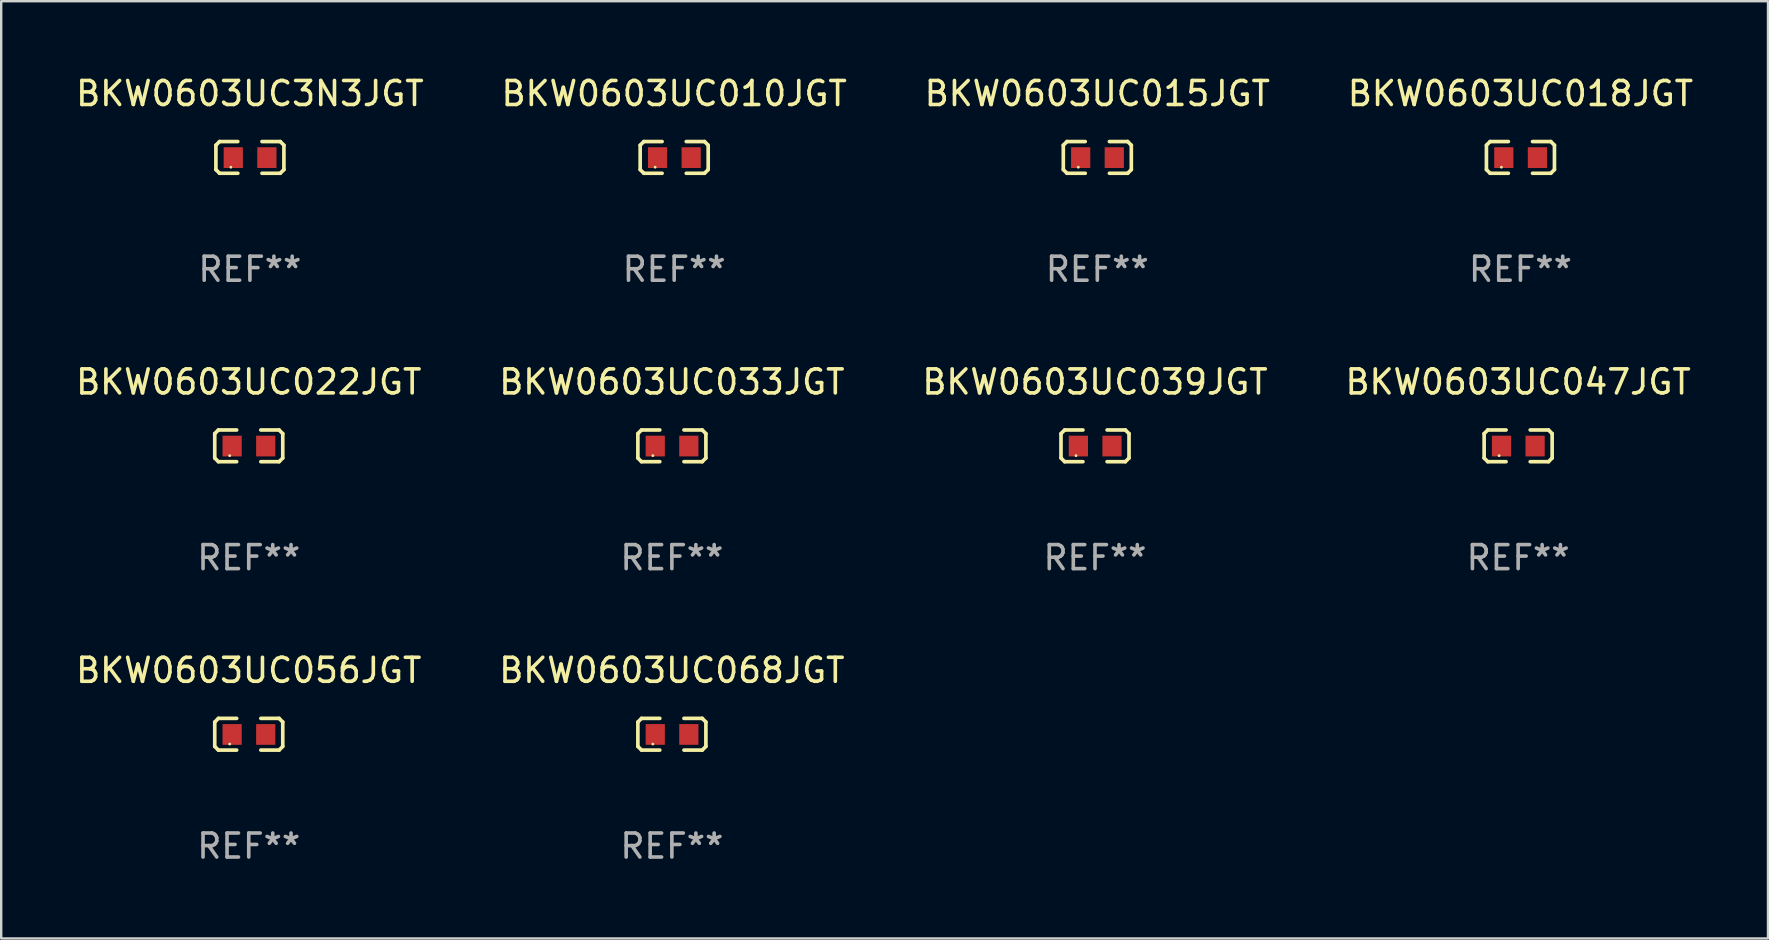
<source format=kicad_pcb>
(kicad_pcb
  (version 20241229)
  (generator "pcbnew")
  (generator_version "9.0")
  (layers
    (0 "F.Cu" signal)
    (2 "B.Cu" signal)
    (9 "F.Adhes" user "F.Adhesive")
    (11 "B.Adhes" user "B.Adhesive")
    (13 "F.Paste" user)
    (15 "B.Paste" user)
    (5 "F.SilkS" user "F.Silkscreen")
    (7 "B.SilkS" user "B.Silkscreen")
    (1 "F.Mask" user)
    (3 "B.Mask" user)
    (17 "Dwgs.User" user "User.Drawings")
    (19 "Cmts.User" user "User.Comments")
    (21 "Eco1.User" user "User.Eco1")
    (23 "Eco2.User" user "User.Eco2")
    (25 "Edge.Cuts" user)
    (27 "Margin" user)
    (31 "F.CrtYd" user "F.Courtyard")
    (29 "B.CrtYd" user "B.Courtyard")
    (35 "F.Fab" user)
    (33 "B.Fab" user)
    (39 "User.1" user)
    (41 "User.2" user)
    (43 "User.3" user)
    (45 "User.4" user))
  (footprint "BKW0603UC010JGT"
    (layer "F.Cu")
    (at 25.042 3.509)
    (property "Reference" "BKW0603UC010JGT" (at 0 -2.661 0) (layer "F.SilkS") (effects (font (size 1 1) (thickness 0.15))))
    (attr through_hole)
    (fp_line (start -1.417 -0.508) (end -1.265 -0.661) (stroke (width 0.152) (type solid)) (layer "F.SilkS"))
    (fp_line (start -1.417 0.508) (end -1.417 -0.508) (stroke (width 0.152) (type solid)) (layer "F.SilkS"))
    (fp_line (start -1.265 -0.661) (end -0.503 -0.661) (stroke (width 0.152) (type solid)) (layer "F.SilkS"))
    (fp_line (start -1.265 0.661) (end -1.417 0.508) (stroke (width 0.152) (type solid)) (layer "F.SilkS"))
    (fp_line (start -1.265 0.661) (end -0.503 0.661) (stroke (width 0.152) (type solid)) (layer "F.SilkS"))
    (fp_line (start 1.265 -0.661) (end 0.503 -0.661) (stroke (width 0.152) (type solid)) (layer "F.SilkS"))
    (fp_line (start 1.265 -0.661) (end 1.417 -0.508) (stroke (width 0.152) (type solid)) (layer "F.SilkS"))
    (fp_line (start 1.265 0.661) (end 0.503 0.661) (stroke (width 0.152) (type solid)) (layer "F.SilkS"))
    (fp_line (start 1.417 -0.508) (end 1.417 0.508) (stroke (width 0.152) (type solid)) (layer "F.SilkS"))
    (fp_line (start 1.417 0.508) (end 1.265 0.661) (stroke (width 0.152) (type solid)) (layer "F.SilkS"))
    (fp_circle (center -0.793 0.409) (end -0.763 0.409) (stroke (width 0.06) (type solid)) (fill no) (layer "F.SilkS"))
    (fp_text user "REF**" (at 0 4.661 0) (layer "F.Fab") (effects (font (size 1 1) (thickness 0.15))))
    (pad "1" smd rect (at -0.693 0.009 180) (size 0.8 0.864) (layers "F.Cu" "F.Mask" "F.Paste"))
    (pad "2" smd rect (at 0.707 0.009 180) (size 0.8 0.864) (layers "F.Cu" "F.Mask" "F.Paste")))
  (footprint "BKW0603UC039JGT"
    (layer "F.Cu")
    (at 42.577 15.527)
    (property "Reference" "BKW0603UC039JGT" (at 0 -2.661 0) (layer "F.SilkS") (effects (font (size 1 1) (thickness 0.15))))
    (attr through_hole)
    (fp_line (start -1.417 -0.508) (end -1.265 -0.661) (stroke (width 0.152) (type solid)) (layer "F.SilkS"))
    (fp_line (start -1.417 0.508) (end -1.417 -0.508) (stroke (width 0.152) (type solid)) (layer "F.SilkS"))
    (fp_line (start -1.265 -0.661) (end -0.503 -0.661) (stroke (width 0.152) (type solid)) (layer "F.SilkS"))
    (fp_line (start -1.265 0.661) (end -1.417 0.508) (stroke (width 0.152) (type solid)) (layer "F.SilkS"))
    (fp_line (start -1.265 0.661) (end -0.503 0.661) (stroke (width 0.152) (type solid)) (layer "F.SilkS"))
    (fp_line (start 1.265 -0.661) (end 0.503 -0.661) (stroke (width 0.152) (type solid)) (layer "F.SilkS"))
    (fp_line (start 1.265 -0.661) (end 1.417 -0.508) (stroke (width 0.152) (type solid)) (layer "F.SilkS"))
    (fp_line (start 1.265 0.661) (end 0.503 0.661) (stroke (width 0.152) (type solid)) (layer "F.SilkS"))
    (fp_line (start 1.417 -0.508) (end 1.417 0.508) (stroke (width 0.152) (type solid)) (layer "F.SilkS"))
    (fp_line (start 1.417 0.508) (end 1.265 0.661) (stroke (width 0.152) (type solid)) (layer "F.SilkS"))
    (fp_circle (center -0.793 0.409) (end -0.763 0.409) (stroke (width 0.06) (type solid)) (fill no) (layer "F.SilkS"))
    (fp_text user "REF**" (at 0 4.661 0) (layer "F.Fab") (effects (font (size 1 1) (thickness 0.15))))
    (pad "1" smd rect (at -0.693 0.009 180) (size 0.8 0.864) (layers "F.Cu" "F.Mask" "F.Paste"))
    (pad "2" smd rect (at 0.707 0.009 180) (size 0.8 0.864) (layers "F.Cu" "F.Mask" "F.Paste")))
  (footprint "BKW0603UC018JGT"
    (layer "F.Cu")
    (at 60.304 3.509)
    (property "Reference" "BKW0603UC018JGT" (at 0 -2.661 0) (layer "F.SilkS") (effects (font (size 1 1) (thickness 0.15))))
    (attr through_hole)
    (fp_line (start -1.417 -0.508) (end -1.265 -0.661) (stroke (width 0.152) (type solid)) (layer "F.SilkS"))
    (fp_line (start -1.417 0.508) (end -1.417 -0.508) (stroke (width 0.152) (type solid)) (layer "F.SilkS"))
    (fp_line (start -1.265 -0.661) (end -0.503 -0.661) (stroke (width 0.152) (type solid)) (layer "F.SilkS"))
    (fp_line (start -1.265 0.661) (end -1.417 0.508) (stroke (width 0.152) (type solid)) (layer "F.SilkS"))
    (fp_line (start -1.265 0.661) (end -0.503 0.661) (stroke (width 0.152) (type solid)) (layer "F.SilkS"))
    (fp_line (start 1.265 -0.661) (end 0.503 -0.661) (stroke (width 0.152) (type solid)) (layer "F.SilkS"))
    (fp_line (start 1.265 -0.661) (end 1.417 -0.508) (stroke (width 0.152) (type solid)) (layer "F.SilkS"))
    (fp_line (start 1.265 0.661) (end 0.503 0.661) (stroke (width 0.152) (type solid)) (layer "F.SilkS"))
    (fp_line (start 1.417 -0.508) (end 1.417 0.508) (stroke (width 0.152) (type solid)) (layer "F.SilkS"))
    (fp_line (start 1.417 0.508) (end 1.265 0.661) (stroke (width 0.152) (type solid)) (layer "F.SilkS"))
    (fp_circle (center -0.793 0.409) (end -0.763 0.409) (stroke (width 0.06) (type solid)) (fill no) (layer "F.SilkS"))
    (fp_text user "REF**" (at 0 4.661 0) (layer "F.Fab") (effects (font (size 1 1) (thickness 0.15))))
    (pad "1" smd rect (at -0.693 0.009 180) (size 0.8 0.864) (layers "F.Cu" "F.Mask" "F.Paste"))
    (pad "2" smd rect (at 0.707 0.009 180) (size 0.8 0.864) (layers "F.Cu" "F.Mask" "F.Paste")))
  (footprint "BKW0603UC068JGT"
    (layer "F.Cu")
    (at 24.946 27.544)
    (property "Reference" "BKW0603UC068JGT" (at 0 -2.661 0) (layer "F.SilkS") (effects (font (size 1 1) (thickness 0.15))))
    (attr through_hole)
    (fp_line (start -1.417 -0.508) (end -1.265 -0.661) (stroke (width 0.152) (type solid)) (layer "F.SilkS"))
    (fp_line (start -1.417 0.508) (end -1.417 -0.508) (stroke (width 0.152) (type solid)) (layer "F.SilkS"))
    (fp_line (start -1.265 -0.661) (end -0.503 -0.661) (stroke (width 0.152) (type solid)) (layer "F.SilkS"))
    (fp_line (start -1.265 0.661) (end -1.417 0.508) (stroke (width 0.152) (type solid)) (layer "F.SilkS"))
    (fp_line (start -1.265 0.661) (end -0.503 0.661) (stroke (width 0.152) (type solid)) (layer "F.SilkS"))
    (fp_line (start 1.265 -0.661) (end 0.503 -0.661) (stroke (width 0.152) (type solid)) (layer "F.SilkS"))
    (fp_line (start 1.265 -0.661) (end 1.417 -0.508) (stroke (width 0.152) (type solid)) (layer "F.SilkS"))
    (fp_line (start 1.265 0.661) (end 0.503 0.661) (stroke (width 0.152) (type solid)) (layer "F.SilkS"))
    (fp_line (start 1.417 -0.508) (end 1.417 0.508) (stroke (width 0.152) (type solid)) (layer "F.SilkS"))
    (fp_line (start 1.417 0.508) (end 1.265 0.661) (stroke (width 0.152) (type solid)) (layer "F.SilkS"))
    (fp_circle (center -0.793 0.409) (end -0.763 0.409) (stroke (width 0.06) (type solid)) (fill no) (layer "F.SilkS"))
    (fp_text user "REF**" (at 0 4.661 0) (layer "F.Fab") (effects (font (size 1 1) (thickness 0.15))))
    (pad "1" smd rect (at -0.693 0.009 180) (size 0.8 0.864) (layers "F.Cu" "F.Mask" "F.Paste"))
    (pad "2" smd rect (at 0.707 0.009 180) (size 0.8 0.864) (layers "F.Cu" "F.Mask" "F.Paste")))
  (footprint "BKW0603UC056JGT"
    (layer "F.Cu")
    (at 7.315 27.544)
    (property "Reference" "BKW0603UC056JGT" (at 0 -2.661 0) (layer "F.SilkS") (effects (font (size 1 1) (thickness 0.15))))
    (attr through_hole)
    (fp_line (start -1.417 -0.508) (end -1.265 -0.661) (stroke (width 0.152) (type solid)) (layer "F.SilkS"))
    (fp_line (start -1.417 0.508) (end -1.417 -0.508) (stroke (width 0.152) (type solid)) (layer "F.SilkS"))
    (fp_line (start -1.265 -0.661) (end -0.503 -0.661) (stroke (width 0.152) (type solid)) (layer "F.SilkS"))
    (fp_line (start -1.265 0.661) (end -1.417 0.508) (stroke (width 0.152) (type solid)) (layer "F.SilkS"))
    (fp_line (start -1.265 0.661) (end -0.503 0.661) (stroke (width 0.152) (type solid)) (layer "F.SilkS"))
    (fp_line (start 1.265 -0.661) (end 0.503 -0.661) (stroke (width 0.152) (type solid)) (layer "F.SilkS"))
    (fp_line (start 1.265 -0.661) (end 1.417 -0.508) (stroke (width 0.152) (type solid)) (layer "F.SilkS"))
    (fp_line (start 1.265 0.661) (end 0.503 0.661) (stroke (width 0.152) (type solid)) (layer "F.SilkS"))
    (fp_line (start 1.417 -0.508) (end 1.417 0.508) (stroke (width 0.152) (type solid)) (layer "F.SilkS"))
    (fp_line (start 1.417 0.508) (end 1.265 0.661) (stroke (width 0.152) (type solid)) (layer "F.SilkS"))
    (fp_circle (center -0.793 0.409) (end -0.763 0.409) (stroke (width 0.06) (type solid)) (fill no) (layer "F.SilkS"))
    (fp_text user "REF**" (at 0 4.661 0) (layer "F.Fab") (effects (font (size 1 1) (thickness 0.15))))
    (pad "1" smd rect (at -0.693 0.009 180) (size 0.8 0.864) (layers "F.Cu" "F.Mask" "F.Paste"))
    (pad "2" smd rect (at 0.707 0.009 180) (size 0.8 0.864) (layers "F.Cu" "F.Mask" "F.Paste")))
  (footprint "BKW0603UC015JGT"
    (layer "F.Cu")
    (at 42.673 3.509)
    (property "Reference" "BKW0603UC015JGT" (at 0 -2.661 0) (layer "F.SilkS") (effects (font (size 1 1) (thickness 0.15))))
    (attr through_hole)
    (fp_line (start -1.417 -0.508) (end -1.265 -0.661) (stroke (width 0.152) (type solid)) (layer "F.SilkS"))
    (fp_line (start -1.417 0.508) (end -1.417 -0.508) (stroke (width 0.152) (type solid)) (layer "F.SilkS"))
    (fp_line (start -1.265 -0.661) (end -0.503 -0.661) (stroke (width 0.152) (type solid)) (layer "F.SilkS"))
    (fp_line (start -1.265 0.661) (end -1.417 0.508) (stroke (width 0.152) (type solid)) (layer "F.SilkS"))
    (fp_line (start -1.265 0.661) (end -0.503 0.661) (stroke (width 0.152) (type solid)) (layer "F.SilkS"))
    (fp_line (start 1.265 -0.661) (end 0.503 -0.661) (stroke (width 0.152) (type solid)) (layer "F.SilkS"))
    (fp_line (start 1.265 -0.661) (end 1.417 -0.508) (stroke (width 0.152) (type solid)) (layer "F.SilkS"))
    (fp_line (start 1.265 0.661) (end 0.503 0.661) (stroke (width 0.152) (type solid)) (layer "F.SilkS"))
    (fp_line (start 1.417 -0.508) (end 1.417 0.508) (stroke (width 0.152) (type solid)) (layer "F.SilkS"))
    (fp_line (start 1.417 0.508) (end 1.265 0.661) (stroke (width 0.152) (type solid)) (layer "F.SilkS"))
    (fp_circle (center -0.793 0.409) (end -0.763 0.409) (stroke (width 0.06) (type solid)) (fill no) (layer "F.SilkS"))
    (fp_text user "REF**" (at 0 4.661 0) (layer "F.Fab") (effects (font (size 1 1) (thickness 0.15))))
    (pad "1" smd rect (at -0.693 0.009 180) (size 0.8 0.864) (layers "F.Cu" "F.Mask" "F.Paste"))
    (pad "2" smd rect (at 0.707 0.009 180) (size 0.8 0.864) (layers "F.Cu" "F.Mask" "F.Paste")))
  (footprint "BKW0603UC033JGT"
    (layer "F.Cu")
    (at 24.946 15.527)
    (property "Reference" "BKW0603UC033JGT" (at 0 -2.661 0) (layer "F.SilkS") (effects (font (size 1 1) (thickness 0.15))))
    (attr through_hole)
    (fp_line (start -1.417 -0.508) (end -1.265 -0.661) (stroke (width 0.152) (type solid)) (layer "F.SilkS"))
    (fp_line (start -1.417 0.508) (end -1.417 -0.508) (stroke (width 0.152) (type solid)) (layer "F.SilkS"))
    (fp_line (start -1.265 -0.661) (end -0.503 -0.661) (stroke (width 0.152) (type solid)) (layer "F.SilkS"))
    (fp_line (start -1.265 0.661) (end -1.417 0.508) (stroke (width 0.152) (type solid)) (layer "F.SilkS"))
    (fp_line (start -1.265 0.661) (end -0.503 0.661) (stroke (width 0.152) (type solid)) (layer "F.SilkS"))
    (fp_line (start 1.265 -0.661) (end 0.503 -0.661) (stroke (width 0.152) (type solid)) (layer "F.SilkS"))
    (fp_line (start 1.265 -0.661) (end 1.417 -0.508) (stroke (width 0.152) (type solid)) (layer "F.SilkS"))
    (fp_line (start 1.265 0.661) (end 0.503 0.661) (stroke (width 0.152) (type solid)) (layer "F.SilkS"))
    (fp_line (start 1.417 -0.508) (end 1.417 0.508) (stroke (width 0.152) (type solid)) (layer "F.SilkS"))
    (fp_line (start 1.417 0.508) (end 1.265 0.661) (stroke (width 0.152) (type solid)) (layer "F.SilkS"))
    (fp_circle (center -0.793 0.409) (end -0.763 0.409) (stroke (width 0.06) (type solid)) (fill no) (layer "F.SilkS"))
    (fp_text user "REF**" (at 0 4.661 0) (layer "F.Fab") (effects (font (size 1 1) (thickness 0.15))))
    (pad "1" smd rect (at -0.693 0.009 180) (size 0.8 0.864) (layers "F.Cu" "F.Mask" "F.Paste"))
    (pad "2" smd rect (at 0.707 0.009 180) (size 0.8 0.864) (layers "F.Cu" "F.Mask" "F.Paste")))
  (footprint "BKW0603UC047JGT"
    (layer "F.Cu")
    (at 60.208 15.527)
    (property "Reference" "BKW0603UC047JGT" (at 0 -2.661 0) (layer "F.SilkS") (effects (font (size 1 1) (thickness 0.15))))
    (attr through_hole)
    (fp_line (start -1.417 -0.508) (end -1.265 -0.661) (stroke (width 0.152) (type solid)) (layer "F.SilkS"))
    (fp_line (start -1.417 0.508) (end -1.417 -0.508) (stroke (width 0.152) (type solid)) (layer "F.SilkS"))
    (fp_line (start -1.265 -0.661) (end -0.503 -0.661) (stroke (width 0.152) (type solid)) (layer "F.SilkS"))
    (fp_line (start -1.265 0.661) (end -1.417 0.508) (stroke (width 0.152) (type solid)) (layer "F.SilkS"))
    (fp_line (start -1.265 0.661) (end -0.503 0.661) (stroke (width 0.152) (type solid)) (layer "F.SilkS"))
    (fp_line (start 1.265 -0.661) (end 0.503 -0.661) (stroke (width 0.152) (type solid)) (layer "F.SilkS"))
    (fp_line (start 1.265 -0.661) (end 1.417 -0.508) (stroke (width 0.152) (type solid)) (layer "F.SilkS"))
    (fp_line (start 1.265 0.661) (end 0.503 0.661) (stroke (width 0.152) (type solid)) (layer "F.SilkS"))
    (fp_line (start 1.417 -0.508) (end 1.417 0.508) (stroke (width 0.152) (type solid)) (layer "F.SilkS"))
    (fp_line (start 1.417 0.508) (end 1.265 0.661) (stroke (width 0.152) (type solid)) (layer "F.SilkS"))
    (fp_circle (center -0.793 0.409) (end -0.763 0.409) (stroke (width 0.06) (type solid)) (fill no) (layer "F.SilkS"))
    (fp_text user "REF**" (at 0 4.661 0) (layer "F.Fab") (effects (font (size 1 1) (thickness 0.15))))
    (pad "1" smd rect (at -0.693 0.009 180) (size 0.8 0.864) (layers "F.Cu" "F.Mask" "F.Paste"))
    (pad "2" smd rect (at 0.707 0.009 180) (size 0.8 0.864) (layers "F.Cu" "F.Mask" "F.Paste")))
  (footprint "BKW0603UC3N3JGT"
    (layer "F.Cu")
    (at 7.363 3.509)
    (property "Reference" "BKW0603UC3N3JGT" (at 0 -2.661 0) (layer "F.SilkS") (effects (font (size 1 1) (thickness 0.15))))
    (attr through_hole)
    (fp_line (start -1.417 -0.508) (end -1.265 -0.661) (stroke (width 0.152) (type solid)) (layer "F.SilkS"))
    (fp_line (start -1.417 0.508) (end -1.417 -0.508) (stroke (width 0.152) (type solid)) (layer "F.SilkS"))
    (fp_line (start -1.265 -0.661) (end -0.503 -0.661) (stroke (width 0.152) (type solid)) (layer "F.SilkS"))
    (fp_line (start -1.265 0.661) (end -1.417 0.508) (stroke (width 0.152) (type solid)) (layer "F.SilkS"))
    (fp_line (start -1.265 0.661) (end -0.503 0.661) (stroke (width 0.152) (type solid)) (layer "F.SilkS"))
    (fp_line (start 1.265 -0.661) (end 0.503 -0.661) (stroke (width 0.152) (type solid)) (layer "F.SilkS"))
    (fp_line (start 1.265 -0.661) (end 1.417 -0.508) (stroke (width 0.152) (type solid)) (layer "F.SilkS"))
    (fp_line (start 1.265 0.661) (end 0.503 0.661) (stroke (width 0.152) (type solid)) (layer "F.SilkS"))
    (fp_line (start 1.417 -0.508) (end 1.417 0.508) (stroke (width 0.152) (type solid)) (layer "F.SilkS"))
    (fp_line (start 1.417 0.508) (end 1.265 0.661) (stroke (width 0.152) (type solid)) (layer "F.SilkS"))
    (fp_circle (center -0.793 0.409) (end -0.763 0.409) (stroke (width 0.06) (type solid)) (fill no) (layer "F.SilkS"))
    (fp_text user "REF**" (at 0 4.661 0) (layer "F.Fab") (effects (font (size 1 1) (thickness 0.15))))
    (pad "1" smd rect (at -0.693 0.009 180) (size 0.8 0.864) (layers "F.Cu" "F.Mask" "F.Paste"))
    (pad "2" smd rect (at 0.707 0.009 180) (size 0.8 0.864) (layers "F.Cu" "F.Mask" "F.Paste")))
  (footprint "BKW0603UC022JGT"
    (layer "F.Cu")
    (at 7.315 15.527)
    (property "Reference" "BKW0603UC022JGT" (at 0 -2.661 0) (layer "F.SilkS") (effects (font (size 1 1) (thickness 0.15))))
    (attr through_hole)
    (fp_line (start -1.417 -0.508) (end -1.265 -0.661) (stroke (width 0.152) (type solid)) (layer "F.SilkS"))
    (fp_line (start -1.417 0.508) (end -1.417 -0.508) (stroke (width 0.152) (type solid)) (layer "F.SilkS"))
    (fp_line (start -1.265 -0.661) (end -0.503 -0.661) (stroke (width 0.152) (type solid)) (layer "F.SilkS"))
    (fp_line (start -1.265 0.661) (end -1.417 0.508) (stroke (width 0.152) (type solid)) (layer "F.SilkS"))
    (fp_line (start -1.265 0.661) (end -0.503 0.661) (stroke (width 0.152) (type solid)) (layer "F.SilkS"))
    (fp_line (start 1.265 -0.661) (end 0.503 -0.661) (stroke (width 0.152) (type solid)) (layer "F.SilkS"))
    (fp_line (start 1.265 -0.661) (end 1.417 -0.508) (stroke (width 0.152) (type solid)) (layer "F.SilkS"))
    (fp_line (start 1.265 0.661) (end 0.503 0.661) (stroke (width 0.152) (type solid)) (layer "F.SilkS"))
    (fp_line (start 1.417 -0.508) (end 1.417 0.508) (stroke (width 0.152) (type solid)) (layer "F.SilkS"))
    (fp_line (start 1.417 0.508) (end 1.265 0.661) (stroke (width 0.152) (type solid)) (layer "F.SilkS"))
    (fp_circle (center -0.793 0.409) (end -0.763 0.409) (stroke (width 0.06) (type solid)) (fill no) (layer "F.SilkS"))
    (fp_text user "REF**" (at 0 4.661 0) (layer "F.Fab") (effects (font (size 1 1) (thickness 0.15))))
    (pad "1" smd rect (at -0.693 0.009 180) (size 0.8 0.864) (layers "F.Cu" "F.Mask" "F.Paste"))
    (pad "2" smd rect (at 0.707 0.009 180) (size 0.8 0.864) (layers "F.Cu" "F.Mask" "F.Paste")))
  (gr_rect
    (start -3 -3)
    (end 70.619 36.053)
    (stroke (width 0.1) (type default))
    (fill no)
    (layer "Edge.Cuts")))
</source>
